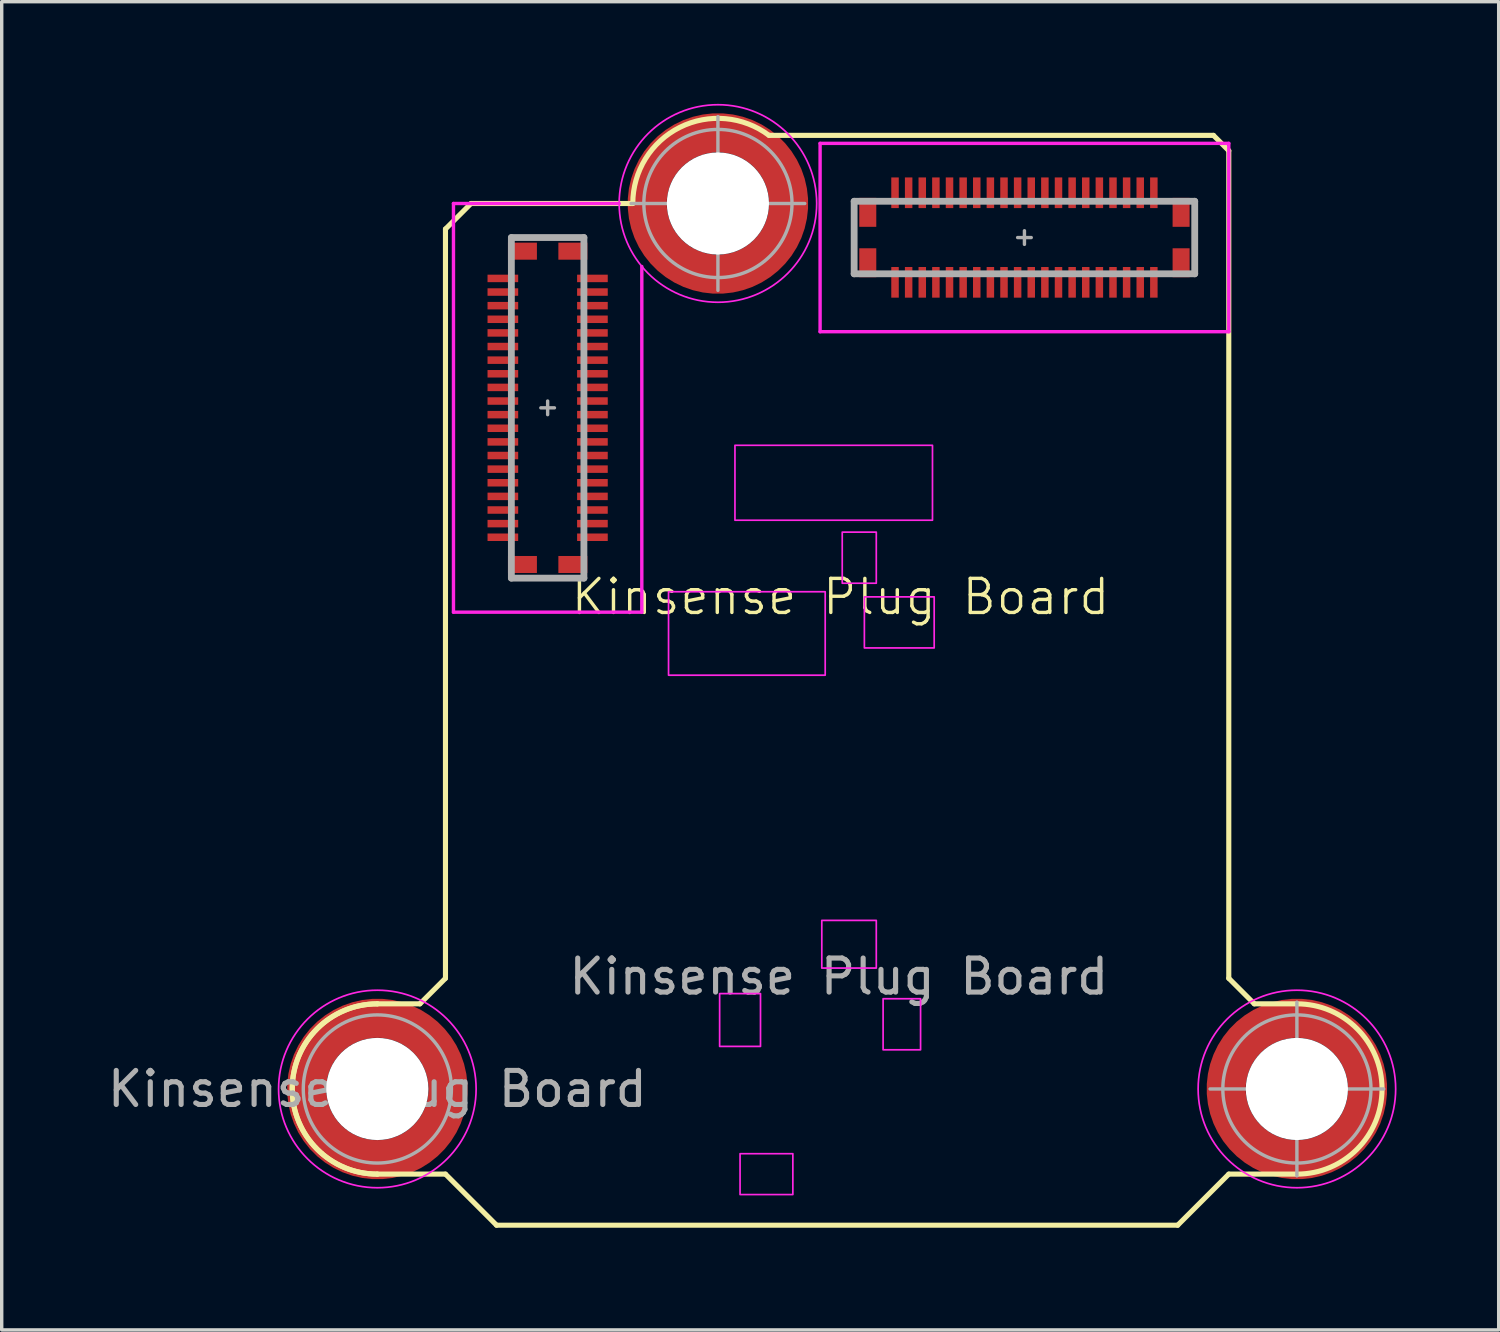
<source format=kicad_pcb>
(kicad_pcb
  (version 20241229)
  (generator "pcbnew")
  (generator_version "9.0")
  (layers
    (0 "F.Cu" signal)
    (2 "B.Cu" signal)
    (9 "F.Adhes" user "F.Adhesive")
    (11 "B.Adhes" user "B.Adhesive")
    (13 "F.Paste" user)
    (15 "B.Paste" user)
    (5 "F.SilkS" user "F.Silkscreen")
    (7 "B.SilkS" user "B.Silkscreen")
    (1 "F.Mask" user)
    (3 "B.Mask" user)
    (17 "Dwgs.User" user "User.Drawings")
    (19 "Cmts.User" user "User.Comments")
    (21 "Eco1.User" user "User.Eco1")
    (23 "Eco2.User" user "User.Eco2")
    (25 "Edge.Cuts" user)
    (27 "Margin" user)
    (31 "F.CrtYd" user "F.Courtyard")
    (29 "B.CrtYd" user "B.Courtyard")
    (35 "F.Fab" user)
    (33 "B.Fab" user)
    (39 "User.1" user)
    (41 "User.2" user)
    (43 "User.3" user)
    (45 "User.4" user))
  (footprint "Kinsense Plug Board"
    (layer "F.Cu")
    (at 13.03 8.925)
    (property "Reference" "Kinsense Plug Board" (at 8.6 5.55 0) (unlocked yes) (layer "F.SilkS") (effects (font (size 1 1) (thickness 0.1))))
    (attr smd)
    (fp_line (start -5 17.5) (end -3.75 17.5) (stroke (width 0.15) (type default)) (layer "F.SilkS"))
    (fp_line (start -5 22.5) (end -3 22.5) (stroke (width 0.15) (type default)) (layer "F.SilkS"))
    (fp_line (start -3.75 17.5) (end -3 16.75) (stroke (width 0.15) (type default)) (layer "F.SilkS"))
    (fp_line (start -3 -5.25) (end -3 16.75) (stroke (width 0.15) (type default)) (layer "F.SilkS"))
    (fp_line (start -3 -5.25) (end -2.25 -6) (stroke (width 0.15) (type default)) (layer "F.SilkS"))
    (fp_line (start -3 22.5) (end -1.5 24) (stroke (width 0.15) (type default)) (layer "F.SilkS"))
    (fp_line (start -1.5 24) (end 18.5 24) (stroke (width 0.15) (type default)) (layer "F.SilkS"))
    (fp_line (start -0.1 -5) (end 0.1 -5) (stroke (width 0.1) (type solid)) (layer "F.SilkS"))
    (fp_line (start -0.1 5) (end 0.1 5) (stroke (width 0.1) (type solid)) (layer "F.SilkS"))
    (fp_line (start 2.5 -6) (end -2.25 -6) (stroke (width 0.15) (type default)) (layer "F.SilkS"))
    (fp_line (start 6.5 -8) (end 19.55 -8) (stroke (width 0.15) (type default)) (layer "F.SilkS"))
    (fp_line (start 9 -4.9) (end 9 -5.1) (stroke (width 0.1) (type solid)) (layer "F.SilkS"))
    (fp_line (start 19 -4.9) (end 19 -5.1) (stroke (width 0.1) (type solid)) (layer "F.SilkS"))
    (fp_line (start 19.55 -8) (end 20 -7.55) (stroke (width 0.15) (type default)) (layer "F.SilkS"))
    (fp_line (start 20 -7.55) (end 20 16.75) (stroke (width 0.15) (type default)) (layer "F.SilkS"))
    (fp_line (start 20 22.5) (end 18.5 24) (stroke (width 0.15) (type default)) (layer "F.SilkS"))
    (fp_line (start 20.75 17.5) (end 20 16.75) (stroke (width 0.15) (type default)) (layer "F.SilkS"))
    (fp_line (start 22 17.5) (end 20.75 17.5) (stroke (width 0.15) (type default)) (layer "F.SilkS"))
    (fp_line (start 22 22.5) (end 20 22.5) (stroke (width 0.15) (type default)) (layer "F.SilkS"))
    (fp_arc (start -5 22.5) (mid -7.5 20) (end -5 17.5) (stroke (width 0.15) (type default)) (layer "F.SilkS"))
    (fp_arc (start -5 22.5) (mid -7.5 20) (end -5 17.5) (stroke (width 0.15) (type default)) (layer "F.SilkS"))
    (fp_arc (start 2.5 -6) (mid 3.881966 -8.236068) (end 6.5 -8) (stroke (width 0.15) (type default)) (layer "F.SilkS"))
    (fp_arc (start 22 17.5) (mid 24.5 20) (end 22 22.5) (stroke (width 0.15) (type default)) (layer "F.SilkS"))
    (fp_line (start -2.765 6) (end -2.765 -6) (stroke (width 0.1) (type solid)) (layer "F.CrtYd"))
    (fp_line (start -2.765 -6) (end 2.1 -6) (stroke (width 0.1) (type solid)) (layer "F.CrtYd"))
    (fp_line (start 2.765 -4.15) (end 2.765 6) (stroke (width 0.1) (type solid)) (layer "F.CrtYd"))
    (fp_line (start 2.765 6) (end -2.765 6) (stroke (width 0.1) (type solid)) (layer "F.CrtYd"))
    (fp_line (start 8 -7.765) (end 20 -7.765) (stroke (width 0.1) (type solid)) (layer "F.CrtYd"))
    (fp_line (start 8 -2.235) (end 8 -7.765) (stroke (width 0.1) (type solid)) (layer "F.CrtYd"))
    (fp_line (start 20 -7.765) (end 20 -2.235) (stroke (width 0.1) (type solid)) (layer "F.CrtYd"))
    (fp_line (start 20 -2.235) (end 8 -2.235) (stroke (width 0.1) (type solid)) (layer "F.CrtYd"))
    (fp_rect (start 3.55 5.4) (end 8.15 7.85) (stroke (width 0.05) (type default)) (fill no) (layer "F.CrtYd"))
    (fp_rect (start 5.05 17.2) (end 6.25 18.75) (stroke (width 0.05) (type default)) (fill no) (layer "F.CrtYd"))
    (fp_rect (start 5.5 1.1) (end 11.3 3.3) (stroke (width 0.05) (type default)) (fill no) (layer "F.CrtYd"))
    (fp_rect (start 5.65 21.9) (end 7.2 23.1) (stroke (width 0.05) (type default)) (fill no) (layer "F.CrtYd"))
    (fp_rect (start 8.05 15.05) (end 9.65 16.45) (stroke (width 0.05) (type default)) (fill no) (layer "F.CrtYd"))
    (fp_rect (start 8.65 3.65) (end 9.65 5.15) (stroke (width 0.05) (type default)) (fill no) (layer "F.CrtYd"))
    (fp_rect (start 9.3 5.55) (end 11.35 7.05) (stroke (width 0.05) (type default)) (fill no) (layer "F.CrtYd"))
    (fp_rect (start 9.85 17.35) (end 10.95 18.85) (stroke (width 0.05) (type default)) (fill no) (layer "F.CrtYd"))
    (fp_circle (center -5 20) (end -2.1 20) (stroke (width 0.05) (type solid)) (fill no) (layer "F.CrtYd"))
    (fp_circle (center 5 -6) (end 7.9 -6) (stroke (width 0.05) (type solid)) (fill no) (layer "F.CrtYd"))
    (fp_circle (center 22 20) (end 24.9 20) (stroke (width 0.05) (type solid)) (fill no) (layer "F.CrtYd"))
    (fp_line (start -1.065 -5) (end 1.065 -5) (stroke (width 0.2) (type solid)) (layer "F.Fab"))
    (fp_line (start -1.065 5) (end -1.065 -5) (stroke (width 0.2) (type solid)) (layer "F.Fab"))
    (fp_line (start -0.2 0) (end 0.2 0) (stroke (width 0.1) (type default)) (layer "F.Fab"))
    (fp_line (start 0 -0.2) (end 0 0.2) (stroke (width 0.1) (type default)) (layer "F.Fab"))
    (fp_line (start 1.065 -5) (end 1.065 5) (stroke (width 0.2) (type solid)) (layer "F.Fab"))
    (fp_line (start 1.065 5) (end -1.065 5) (stroke (width 0.2) (type solid)) (layer "F.Fab"))
    (fp_line (start 5 -8.55) (end 5 -3.45) (stroke (width 0.1) (type default)) (layer "F.Fab"))
    (fp_line (start 7.55 -6) (end 2.45 -6) (stroke (width 0.1) (type default)) (layer "F.Fab"))
    (fp_line (start 9 -6.065) (end 19 -6.065) (stroke (width 0.2) (type solid)) (layer "F.Fab"))
    (fp_line (start 9 -3.935) (end 9 -6.065) (stroke (width 0.2) (type solid)) (layer "F.Fab"))
    (fp_line (start 13.8 -5) (end 14.2 -5) (stroke (width 0.1) (type default)) (layer "F.Fab"))
    (fp_line (start 14 -5.2) (end 14 -4.8) (stroke (width 0.1) (type default)) (layer "F.Fab"))
    (fp_line (start 19 -6.065) (end 19 -3.935) (stroke (width 0.2) (type solid)) (layer "F.Fab"))
    (fp_line (start 19 -3.935) (end 9 -3.935) (stroke (width 0.2) (type solid)) (layer "F.Fab"))
    (fp_line (start 22 17.45) (end 22 22.55) (stroke (width 0.1) (type default)) (layer "F.Fab"))
    (fp_line (start 24.55 20) (end 19.45 20) (stroke (width 0.1) (type default)) (layer "F.Fab"))
    (fp_circle (center -5 20) (end -2.825 20) (stroke (width 0.1) (type solid)) (fill no) (layer "F.Fab"))
    (fp_circle (center 5 -6) (end 7.175 -6) (stroke (width 0.1) (type solid)) (fill no) (layer "F.Fab"))
    (fp_circle (center 22 20) (end 24.175 20) (stroke (width 0.1) (type solid)) (fill no) (layer "F.Fab"))
    (fp_text user "${REFERENCE}" (at 8.55 16.7 0) (unlocked yes) (layer "F.Fab") (effects (font (size 1 1) (thickness 0.15))))
    (fp_text user "${REFERENCE}" (at -5 20 0) (layer "F.Fab") (effects (font (size 1 1) (thickness 0.15))))
    (pad "" smd custom (at -6.453 18.547) (size 0.61 0.61) (layers "F.Paste") (options (anchor circle)) (primitives (gr_arc (start -0.147677 1.053104) (mid 0.285964 0.286792) (end 1.051968 -0.147393) (width 0.2)) (gr_arc (start -0.240295 1.053104) (mid 0.22253 0.222946) (end 1.052531 -0.24016) (width 0.2)) (gr_arc (start -0.332645 1.053104) (mid 0.158548 0.15965) (end 1.051583 -0.332304) (width 0.2)) (gr_arc (start -0.424767 1.053104) (mid 0.09486 0.096059) (end 1.051446 -0.424413) (width 0.2)) (gr_arc (start -0.516693 1.053104) (mid 0.031293 0.032346) (end 1.051645 -0.516396) (width 0.2)) (gr_arc (start -0.608448 1.053104) (mid -0.032323 -0.031316) (end 1.051707 -0.608176) (width 0.2)) (gr_arc (start -0.700056 1.053104) (mid -0.09616 -0.094758) (end 1.051155 -0.699693) (width 0.2)) (gr_arc (start -0.791534 1.053104) (mid -0.160388 -0.15781) (end 1.049515 -0.790891) (width 0.2)) (gr_arc (start -0.882896 1.053104) (mid -0.223713 -0.221764) (end 1.050388 -0.882429) (width 0.2)) (gr_arc (start -0.974157 1.053104) (mid -0.287654 -0.285101) (end 1.049541 -0.973567) (width 0.2)) (gr_line (start 1.053 -0.148) (end 1.053 -0.974) (width 0.2)) (gr_line (start -0.148 1.053) (end -0.974 1.053) (width 0.2))))
    (pad "" smd custom (at -6.453 21.453) (size 0.61 0.61) (layers "F.Paste") (options (anchor circle)) (primitives (gr_arc (start 1.053104 0.147677) (mid 0.286792 -0.285964) (end -0.147393 -1.051968) (width 0.2)) (gr_arc (start 1.053104 0.240295) (mid 0.222946 -0.22253) (end -0.24016 -1.052531) (width 0.2)) (gr_arc (start 1.053104 0.332645) (mid 0.15965 -0.158548) (end -0.332304 -1.051583) (width 0.2)) (gr_arc (start 1.053104 0.424767) (mid 0.096059 -0.09486) (end -0.424413 -1.051446) (width 0.2)) (gr_arc (start 1.053104 0.516693) (mid 0.032346 -0.031293) (end -0.516396 -1.051645) (width 0.2)) (gr_arc (start 1.053104 0.608448) (mid -0.031316 0.032323) (end -0.608176 -1.051707) (width 0.2)) (gr_arc (start 1.053104 0.700056) (mid -0.094758 0.09616) (end -0.699693 -1.051155) (width 0.2)) (gr_arc (start 1.053104 0.791534) (mid -0.15781 0.160388) (end -0.790891 -1.049515) (width 0.2)) (gr_arc (start 1.053104 0.882896) (mid -0.221764 0.223713) (end -0.882429 -1.050388) (width 0.2)) (gr_arc (start 1.053104 0.974157) (mid -0.285101 0.287654) (end -0.973567 -1.049541) (width 0.2)) (gr_line (start -0.148 -1.053) (end -0.974 -1.053) (width 0.2)) (gr_line (start 1.053 0.148) (end 1.053 0.974) (width 0.2))))
    (pad "" np_thru_hole circle (at -5 20) (size 3 3) (drill 3) (layers "*.Cu" "*.Mask"))
    (pad "" smd custom (at -3.547 18.547) (size 0.61 0.61) (layers "F.Paste") (options (anchor circle)) (primitives (gr_arc (start -1.053104 -0.147677) (mid -0.286792 0.285964) (end 0.147393 1.051968) (width 0.2)) (gr_arc (start -1.053104 -0.240295) (mid -0.222946 0.22253) (end 0.24016 1.052531) (width 0.2)) (gr_arc (start -1.053104 -0.332645) (mid -0.15965 0.158548) (end 0.332304 1.051583) (width 0.2)) (gr_arc (start -1.053104 -0.424767) (mid -0.096059 0.09486) (end 0.424413 1.051446) (width 0.2)) (gr_arc (start -1.053104 -0.516693) (mid -0.032346 0.031293) (end 0.516396 1.051645) (width 0.2)) (gr_arc (start -1.053104 -0.608448) (mid 0.031316 -0.032323) (end 0.608176 1.051707) (width 0.2)) (gr_arc (start -1.053104 -0.700056) (mid 0.094758 -0.09616) (end 0.699693 1.051155) (width 0.2)) (gr_arc (start -1.053104 -0.791534) (mid 0.15781 -0.160388) (end 0.790891 1.049515) (width 0.2)) (gr_arc (start -1.053104 -0.882896) (mid 0.221764 -0.223713) (end 0.882429 1.050388) (width 0.2)) (gr_arc (start -1.053104 -0.974157) (mid 0.285101 -0.287654) (end 0.973567 1.049541) (width 0.2)) (gr_line (start 0.148 1.053) (end 0.974 1.053) (width 0.2)) (gr_line (start -1.053 -0.148) (end -1.053 -0.974) (width 0.2))))
    (pad "" smd custom (at -3.547 21.453) (size 0.61 0.61) (layers "F.Paste") (options (anchor circle)) (primitives (gr_arc (start 0.147677 -1.053104) (mid -0.285964 -0.286792) (end -1.051968 0.147393) (width 0.2)) (gr_arc (start 0.240295 -1.053104) (mid -0.22253 -0.222946) (end -1.052531 0.24016) (width 0.2)) (gr_arc (start 0.332645 -1.053104) (mid -0.158548 -0.15965) (end -1.051583 0.332304) (width 0.2)) (gr_arc (start 0.424767 -1.053104) (mid -0.09486 -0.096059) (end -1.051446 0.424413) (width 0.2)) (gr_arc (start 0.516693 -1.053104) (mid -0.031293 -0.032346) (end -1.051645 0.516396) (width 0.2)) (gr_arc (start 0.608448 -1.053104) (mid 0.032323 0.031316) (end -1.051707 0.608176) (width 0.2)) (gr_arc (start 0.700056 -1.053104) (mid 0.09616 0.094758) (end -1.051155 0.699693) (width 0.2)) (gr_arc (start 0.791534 -1.053104) (mid 0.160388 0.15781) (end -1.049515 0.790891) (width 0.2)) (gr_arc (start 0.882896 -1.053104) (mid 0.223713 0.221764) (end -1.050388 0.882429) (width 0.2)) (gr_arc (start 0.974157 -1.053104) (mid 0.287654 0.285101) (end -1.049541 0.973567) (width 0.2)) (gr_line (start -1.053 0.148) (end -1.053 0.974) (width 0.2)) (gr_line (start 0.148 -1.053) (end 0.974 -1.053) (width 0.2))))
    (pad "" smd custom (at 3.547 -7.453) (size 0.61 0.61) (layers "F.Paste") (options (anchor circle)) (primitives (gr_arc (start -0.147677 1.053104) (mid 0.285964 0.286792) (end 1.051968 -0.147393) (width 0.2)) (gr_arc (start -0.240295 1.053104) (mid 0.22253 0.222946) (end 1.052531 -0.24016) (width 0.2)) (gr_arc (start -0.332645 1.053104) (mid 0.158548 0.15965) (end 1.051583 -0.332304) (width 0.2)) (gr_arc (start -0.424767 1.053104) (mid 0.09486 0.096059) (end 1.051446 -0.424413) (width 0.2)) (gr_arc (start -0.516693 1.053104) (mid 0.031293 0.032346) (end 1.051645 -0.516396) (width 0.2)) (gr_arc (start -0.608448 1.053104) (mid -0.032323 -0.031316) (end 1.051707 -0.608176) (width 0.2)) (gr_arc (start -0.700056 1.053104) (mid -0.09616 -0.094758) (end 1.051155 -0.699693) (width 0.2)) (gr_arc (start -0.791534 1.053104) (mid -0.160388 -0.15781) (end 1.049515 -0.790891) (width 0.2)) (gr_arc (start -0.882896 1.053104) (mid -0.223713 -0.221764) (end 1.050388 -0.882429) (width 0.2)) (gr_arc (start -0.974157 1.053104) (mid -0.287654 -0.285101) (end 1.049541 -0.973567) (width 0.2)) (gr_line (start 1.053 -0.148) (end 1.053 -0.974) (width 0.2)) (gr_line (start -0.148 1.053) (end -0.974 1.053) (width 0.2))))
    (pad "" smd custom (at 3.547 -4.547) (size 0.61 0.61) (layers "F.Paste") (options (anchor circle)) (primitives (gr_arc (start 1.053104 0.147677) (mid 0.286792 -0.285964) (end -0.147393 -1.051968) (width 0.2)) (gr_arc (start 1.053104 0.240295) (mid 0.222946 -0.22253) (end -0.24016 -1.052531) (width 0.2)) (gr_arc (start 1.053104 0.332645) (mid 0.15965 -0.158548) (end -0.332304 -1.051583) (width 0.2)) (gr_arc (start 1.053104 0.424767) (mid 0.096059 -0.09486) (end -0.424413 -1.051446) (width 0.2)) (gr_arc (start 1.053104 0.516693) (mid 0.032346 -0.031293) (end -0.516396 -1.051645) (width 0.2)) (gr_arc (start 1.053104 0.608448) (mid -0.031316 0.032323) (end -0.608176 -1.051707) (width 0.2)) (gr_arc (start 1.053104 0.700056) (mid -0.094758 0.09616) (end -0.699693 -1.051155) (width 0.2)) (gr_arc (start 1.053104 0.791534) (mid -0.15781 0.160388) (end -0.790891 -1.049515) (width 0.2)) (gr_arc (start 1.053104 0.882896) (mid -0.221764 0.223713) (end -0.882429 -1.050388) (width 0.2)) (gr_arc (start 1.053104 0.974157) (mid -0.285101 0.287654) (end -0.973567 -1.049541) (width 0.2)) (gr_line (start -0.148 -1.053) (end -0.974 -1.053) (width 0.2)) (gr_line (start 1.053 0.148) (end 1.053 0.974) (width 0.2))))
    (pad "" np_thru_hole circle (at 5 -6) (size 3 3) (drill 3) (layers "*.Cu" "*.Mask"))
    (pad "" smd custom (at 6.453 -7.453) (size 0.61 0.61) (layers "F.Paste") (options (anchor circle)) (primitives (gr_arc (start -1.053104 -0.147677) (mid -0.286792 0.285964) (end 0.147393 1.051968) (width 0.2)) (gr_arc (start -1.053104 -0.240295) (mid -0.222946 0.22253) (end 0.24016 1.052531) (width 0.2)) (gr_arc (start -1.053104 -0.332645) (mid -0.15965 0.158548) (end 0.332304 1.051583) (width 0.2)) (gr_arc (start -1.053104 -0.424767) (mid -0.096059 0.09486) (end 0.424413 1.051446) (width 0.2)) (gr_arc (start -1.053104 -0.516693) (mid -0.032346 0.031293) (end 0.516396 1.051645) (width 0.2)) (gr_arc (start -1.053104 -0.608448) (mid 0.031316 -0.032323) (end 0.608176 1.051707) (width 0.2)) (gr_arc (start -1.053104 -0.700056) (mid 0.094758 -0.09616) (end 0.699693 1.051155) (width 0.2)) (gr_arc (start -1.053104 -0.791534) (mid 0.15781 -0.160388) (end 0.790891 1.049515) (width 0.2)) (gr_arc (start -1.053104 -0.882896) (mid 0.221764 -0.223713) (end 0.882429 1.050388) (width 0.2)) (gr_arc (start -1.053104 -0.974157) (mid 0.285101 -0.287654) (end 0.973567 1.049541) (width 0.2)) (gr_line (start 0.148 1.053) (end 0.974 1.053) (width 0.2)) (gr_line (start -1.053 -0.148) (end -1.053 -0.974) (width 0.2))))
    (pad "" smd custom (at 6.453 -4.547) (size 0.61 0.61) (layers "F.Paste") (options (anchor circle)) (primitives (gr_arc (start 0.147677 -1.053104) (mid -0.285964 -0.286792) (end -1.051968 0.147393) (width 0.2)) (gr_arc (start 0.240295 -1.053104) (mid -0.22253 -0.222946) (end -1.052531 0.24016) (width 0.2)) (gr_arc (start 0.332645 -1.053104) (mid -0.158548 -0.15965) (end -1.051583 0.332304) (width 0.2)) (gr_arc (start 0.424767 -1.053104) (mid -0.09486 -0.096059) (end -1.051446 0.424413) (width 0.2)) (gr_arc (start 0.516693 -1.053104) (mid -0.031293 -0.032346) (end -1.051645 0.516396) (width 0.2)) (gr_arc (start 0.608448 -1.053104) (mid 0.032323 0.031316) (end -1.051707 0.608176) (width 0.2)) (gr_arc (start 0.700056 -1.053104) (mid 0.09616 0.094758) (end -1.051155 0.699693) (width 0.2)) (gr_arc (start 0.791534 -1.053104) (mid 0.160388 0.15781) (end -1.049515 0.790891) (width 0.2)) (gr_arc (start 0.882896 -1.053104) (mid 0.223713 0.221764) (end -1.050388 0.882429) (width 0.2)) (gr_arc (start 0.974157 -1.053104) (mid 0.287654 0.285101) (end -1.049541 0.973567) (width 0.2)) (gr_line (start -1.053 0.148) (end -1.053 0.974) (width 0.2)) (gr_line (start 0.148 -1.053) (end 0.974 -1.053) (width 0.2))))
    (pad "" smd custom (at 20.547 18.547) (size 0.61 0.61) (layers "F.Paste") (options (anchor circle)) (primitives (gr_arc (start -0.147677 1.053104) (mid 0.285964 0.286792) (end 1.051968 -0.147393) (width 0.2)) (gr_arc (start -0.240295 1.053104) (mid 0.22253 0.222946) (end 1.052531 -0.24016) (width 0.2)) (gr_arc (start -0.332645 1.053104) (mid 0.158548 0.15965) (end 1.051583 -0.332304) (width 0.2)) (gr_arc (start -0.424767 1.053104) (mid 0.09486 0.096059) (end 1.051446 -0.424413) (width 0.2)) (gr_arc (start -0.516693 1.053104) (mid 0.031293 0.032346) (end 1.051645 -0.516396) (width 0.2)) (gr_arc (start -0.608448 1.053104) (mid -0.032323 -0.031316) (end 1.051707 -0.608176) (width 0.2)) (gr_arc (start -0.700056 1.053104) (mid -0.09616 -0.094758) (end 1.051155 -0.699693) (width 0.2)) (gr_arc (start -0.791534 1.053104) (mid -0.160388 -0.15781) (end 1.049515 -0.790891) (width 0.2)) (gr_arc (start -0.882896 1.053104) (mid -0.223713 -0.221764) (end 1.050388 -0.882429) (width 0.2)) (gr_arc (start -0.974157 1.053104) (mid -0.287654 -0.285101) (end 1.049541 -0.973567) (width 0.2)) (gr_line (start 1.053 -0.148) (end 1.053 -0.974) (width 0.2)) (gr_line (start -0.148 1.053) (end -0.974 1.053) (width 0.2))))
    (pad "" smd custom (at 20.547 21.453) (size 0.61 0.61) (layers "F.Paste") (options (anchor circle)) (primitives (gr_arc (start 1.053104 0.147677) (mid 0.286792 -0.285964) (end -0.147393 -1.051968) (width 0.2)) (gr_arc (start 1.053104 0.240295) (mid 0.222946 -0.22253) (end -0.24016 -1.052531) (width 0.2)) (gr_arc (start 1.053104 0.332645) (mid 0.15965 -0.158548) (end -0.332304 -1.051583) (width 0.2)) (gr_arc (start 1.053104 0.424767) (mid 0.096059 -0.09486) (end -0.424413 -1.051446) (width 0.2)) (gr_arc (start 1.053104 0.516693) (mid 0.032346 -0.031293) (end -0.516396 -1.051645) (width 0.2)) (gr_arc (start 1.053104 0.608448) (mid -0.031316 0.032323) (end -0.608176 -1.051707) (width 0.2)) (gr_arc (start 1.053104 0.700056) (mid -0.094758 0.09616) (end -0.699693 -1.051155) (width 0.2)) (gr_arc (start 1.053104 0.791534) (mid -0.15781 0.160388) (end -0.790891 -1.049515) (width 0.2)) (gr_arc (start 1.053104 0.882896) (mid -0.221764 0.223713) (end -0.882429 -1.050388) (width 0.2)) (gr_arc (start 1.053104 0.974157) (mid -0.285101 0.287654) (end -0.973567 -1.049541) (width 0.2)) (gr_line (start -0.148 -1.053) (end -0.974 -1.053) (width 0.2)) (gr_line (start 1.053 0.148) (end 1.053 0.974) (width 0.2))))
    (pad "" np_thru_hole circle (at 22 20) (size 3 3) (drill 3) (layers "*.Cu" "*.Mask"))
    (pad "" smd custom (at 23.453 18.547) (size 0.61 0.61) (layers "F.Paste") (options (anchor circle)) (primitives (gr_arc (start -1.053104 -0.147677) (mid -0.286792 0.285964) (end 0.147393 1.051968) (width 0.2)) (gr_arc (start -1.053104 -0.240295) (mid -0.222946 0.22253) (end 0.24016 1.052531) (width 0.2)) (gr_arc (start -1.053104 -0.332645) (mid -0.15965 0.158548) (end 0.332304 1.051583) (width 0.2)) (gr_arc (start -1.053104 -0.424767) (mid -0.096059 0.09486) (end 0.424413 1.051446) (width 0.2)) (gr_arc (start -1.053104 -0.516693) (mid -0.032346 0.031293) (end 0.516396 1.051645) (width 0.2)) (gr_arc (start -1.053104 -0.608448) (mid 0.031316 -0.032323) (end 0.608176 1.051707) (width 0.2)) (gr_arc (start -1.053104 -0.700056) (mid 0.094758 -0.09616) (end 0.699693 1.051155) (width 0.2)) (gr_arc (start -1.053104 -0.791534) (mid 0.15781 -0.160388) (end 0.790891 1.049515) (width 0.2)) (gr_arc (start -1.053104 -0.882896) (mid 0.221764 -0.223713) (end 0.882429 1.050388) (width 0.2)) (gr_arc (start -1.053104 -0.974157) (mid 0.285101 -0.287654) (end 0.973567 1.049541) (width 0.2)) (gr_line (start 0.148 1.053) (end 0.974 1.053) (width 0.2)) (gr_line (start -1.053 -0.148) (end -1.053 -0.974) (width 0.2))))
    (pad "" smd custom (at 23.453 21.453) (size 0.61 0.61) (layers "F.Paste") (options (anchor circle)) (primitives (gr_arc (start 0.147677 -1.053104) (mid -0.285964 -0.286792) (end -1.051968 0.147393) (width 0.2)) (gr_arc (start 0.240295 -1.053104) (mid -0.22253 -0.222946) (end -1.052531 0.24016) (width 0.2)) (gr_arc (start 0.332645 -1.053104) (mid -0.158548 -0.15965) (end -1.051583 0.332304) (width 0.2)) (gr_arc (start 0.424767 -1.053104) (mid -0.09486 -0.096059) (end -1.051446 0.424413) (width 0.2)) (gr_arc (start 0.516693 -1.053104) (mid -0.031293 -0.032346) (end -1.051645 0.516396) (width 0.2)) (gr_arc (start 0.608448 -1.053104) (mid 0.032323 0.031316) (end -1.051707 0.608176) (width 0.2)) (gr_arc (start 0.700056 -1.053104) (mid 0.09616 0.094758) (end -1.051155 0.699693) (width 0.2)) (gr_arc (start 0.791534 -1.053104) (mid 0.160388 0.15781) (end -1.049515 0.790891) (width 0.2)) (gr_arc (start 0.882896 -1.053104) (mid 0.223713 0.221764) (end -1.050388 0.882429) (width 0.2)) (gr_arc (start 0.974157 -1.053104) (mid 0.287654 0.285101) (end -1.049541 0.973567) (width 0.2)) (gr_line (start -1.053 0.148) (end -1.053 0.974) (width 0.2)) (gr_line (start 0.148 -1.053) (end 0.974 -1.053) (width 0.2))))
    (pad "1" smd rect (at -1.315 -3.8 270) (size 0.22 0.9) (layers "F.Cu" "F.Mask" "F.Paste"))
    (pad "2" smd rect (at 1.315 -3.8 270) (size 0.22 0.9) (layers "F.Cu" "F.Mask" "F.Paste"))
    (pad "3" smd rect (at -1.315 -3.4 270) (size 0.22 0.9) (layers "F.Cu" "F.Mask" "F.Paste"))
    (pad "4" smd rect (at 1.315 -3.4 270) (size 0.22 0.9) (layers "F.Cu" "F.Mask" "F.Paste"))
    (pad "5" smd rect (at -1.315 -3 270) (size 0.22 0.9) (layers "F.Cu" "F.Mask" "F.Paste"))
    (pad "6" smd rect (at 1.315 -3 270) (size 0.22 0.9) (layers "F.Cu" "F.Mask" "F.Paste"))
    (pad "7" smd rect (at -1.315 -2.6 270) (size 0.22 0.9) (layers "F.Cu" "F.Mask" "F.Paste"))
    (pad "8" smd rect (at 1.315 -2.6 270) (size 0.22 0.9) (layers "F.Cu" "F.Mask" "F.Paste"))
    (pad "9" smd rect (at -1.315 -2.2 270) (size 0.22 0.9) (layers "F.Cu" "F.Mask" "F.Paste"))
    (pad "10" smd rect (at 1.315 -2.2 270) (size 0.22 0.9) (layers "F.Cu" "F.Mask" "F.Paste"))
    (pad "11" smd rect (at -1.315 -1.8 270) (size 0.22 0.9) (layers "F.Cu" "F.Mask" "F.Paste"))
    (pad "12" smd rect (at 1.315 -1.8 270) (size 0.22 0.9) (layers "F.Cu" "F.Mask" "F.Paste"))
    (pad "13" smd rect (at -1.315 -1.4 270) (size 0.22 0.9) (layers "F.Cu" "F.Mask" "F.Paste"))
    (pad "14" smd rect (at 1.315 -1.4 270) (size 0.22 0.9) (layers "F.Cu" "F.Mask" "F.Paste"))
    (pad "15" smd rect (at -1.315 -1 270) (size 0.22 0.9) (layers "F.Cu" "F.Mask" "F.Paste"))
    (pad "16" smd rect (at 1.315 -1 270) (size 0.22 0.9) (layers "F.Cu" "F.Mask" "F.Paste"))
    (pad "17" smd rect (at -1.315 -0.6 270) (size 0.22 0.9) (layers "F.Cu" "F.Mask" "F.Paste"))
    (pad "18" smd rect (at 1.315 -0.6 270) (size 0.22 0.9) (layers "F.Cu" "F.Mask" "F.Paste"))
    (pad "19" smd rect (at -1.315 -0.2 270) (size 0.22 0.9) (layers "F.Cu" "F.Mask" "F.Paste"))
    (pad "20" smd rect (at 1.315 -0.2 270) (size 0.22 0.9) (layers "F.Cu" "F.Mask" "F.Paste"))
    (pad "21" smd rect (at -1.315 0.2 270) (size 0.22 0.9) (layers "F.Cu" "F.Mask" "F.Paste"))
    (pad "22" smd rect (at 1.315 0.2 270) (size 0.22 0.9) (layers "F.Cu" "F.Mask" "F.Paste"))
    (pad "23" smd rect (at -1.315 0.6 270) (size 0.22 0.9) (layers "F.Cu" "F.Mask" "F.Paste"))
    (pad "24" smd rect (at 1.315 0.6 270) (size 0.22 0.9) (layers "F.Cu" "F.Mask" "F.Paste"))
    (pad "25" smd rect (at -1.315 1 270) (size 0.22 0.9) (layers "F.Cu" "F.Mask" "F.Paste"))
    (pad "26" smd rect (at 1.315 1 270) (size 0.22 0.9) (layers "F.Cu" "F.Mask" "F.Paste"))
    (pad "27" smd rect (at -1.315 1.4 270) (size 0.22 0.9) (layers "F.Cu" "F.Mask" "F.Paste"))
    (pad "28" smd rect (at 1.315 1.4 270) (size 0.22 0.9) (layers "F.Cu" "F.Mask" "F.Paste"))
    (pad "29" smd rect (at -1.315 1.8 270) (size 0.22 0.9) (layers "F.Cu" "F.Mask" "F.Paste"))
    (pad "30" smd rect (at 1.315 1.8 270) (size 0.22 0.9) (layers "F.Cu" "F.Mask" "F.Paste"))
    (pad "31" smd rect (at -1.315 2.2 270) (size 0.22 0.9) (layers "F.Cu" "F.Mask" "F.Paste"))
    (pad "32" smd rect (at 1.315 2.2 270) (size 0.22 0.9) (layers "F.Cu" "F.Mask" "F.Paste"))
    (pad "33" smd rect (at -1.315 2.6 270) (size 0.22 0.9) (layers "F.Cu" "F.Mask" "F.Paste"))
    (pad "34" smd rect (at 1.315 2.6 270) (size 0.22 0.9) (layers "F.Cu" "F.Mask" "F.Paste"))
    (pad "35" smd rect (at -1.315 3 270) (size 0.22 0.9) (layers "F.Cu" "F.Mask" "F.Paste"))
    (pad "36" smd rect (at 1.315 3 270) (size 0.22 0.9) (layers "F.Cu" "F.Mask" "F.Paste"))
    (pad "37" smd rect (at -1.315 3.4 270) (size 0.22 0.9) (layers "F.Cu" "F.Mask" "F.Paste"))
    (pad "38" smd rect (at 1.315 3.4 270) (size 0.22 0.9) (layers "F.Cu" "F.Mask" "F.Paste"))
    (pad "39" smd rect (at -1.315 3.8 270) (size 0.22 0.9) (layers "F.Cu" "F.Mask" "F.Paste"))
    (pad "40" smd rect (at 1.315 3.8 270) (size 0.22 0.9) (layers "F.Cu" "F.Mask" "F.Paste"))
    (pad "41" smd rect (at 10.2 -3.685) (size 0.22 0.9) (layers "F.Cu" "F.Mask" "F.Paste"))
    (pad "42" smd rect (at 10.2 -6.315) (size 0.22 0.9) (layers "F.Cu" "F.Mask" "F.Paste"))
    (pad "43" smd rect (at 10.6 -3.685) (size 0.22 0.9) (layers "F.Cu" "F.Mask" "F.Paste"))
    (pad "44" smd rect (at 10.6 -6.315) (size 0.22 0.9) (layers "F.Cu" "F.Mask" "F.Paste"))
    (pad "45" smd rect (at 11 -3.685) (size 0.22 0.9) (layers "F.Cu" "F.Mask" "F.Paste"))
    (pad "46" smd rect (at 11 -6.315) (size 0.22 0.9) (layers "F.Cu" "F.Mask" "F.Paste"))
    (pad "47" smd rect (at 11.4 -3.685) (size 0.22 0.9) (layers "F.Cu" "F.Mask" "F.Paste"))
    (pad "48" smd rect (at 11.4 -6.315) (size 0.22 0.9) (layers "F.Cu" "F.Mask" "F.Paste"))
    (pad "49" smd rect (at 11.8 -3.685) (size 0.22 0.9) (layers "F.Cu" "F.Mask" "F.Paste"))
    (pad "50" smd rect (at 11.8 -6.315) (size 0.22 0.9) (layers "F.Cu" "F.Mask" "F.Paste"))
    (pad "51" smd rect (at 12.2 -3.685) (size 0.22 0.9) (layers "F.Cu" "F.Mask" "F.Paste"))
    (pad "52" smd rect (at 12.2 -6.315) (size 0.22 0.9) (layers "F.Cu" "F.Mask" "F.Paste"))
    (pad "53" smd rect (at 12.6 -3.685) (size 0.22 0.9) (layers "F.Cu" "F.Mask" "F.Paste"))
    (pad "54" smd rect (at 12.6 -6.315) (size 0.22 0.9) (layers "F.Cu" "F.Mask" "F.Paste"))
    (pad "55" smd rect (at 13 -3.685) (size 0.22 0.9) (layers "F.Cu" "F.Mask" "F.Paste"))
    (pad "56" smd rect (at 13 -6.315) (size 0.22 0.9) (layers "F.Cu" "F.Mask" "F.Paste"))
    (pad "57" smd rect (at 13.4 -3.685) (size 0.22 0.9) (layers "F.Cu" "F.Mask" "F.Paste"))
    (pad "58" smd rect (at 13.4 -6.315) (size 0.22 0.9) (layers "F.Cu" "F.Mask" "F.Paste"))
    (pad "59" smd rect (at 13.8 -3.685) (size 0.22 0.9) (layers "F.Cu" "F.Mask" "F.Paste"))
    (pad "60" smd rect (at 13.8 -6.315) (size 0.22 0.9) (layers "F.Cu" "F.Mask" "F.Paste"))
    (pad "61" smd rect (at 14.2 -3.685) (size 0.22 0.9) (layers "F.Cu" "F.Mask" "F.Paste"))
    (pad "62" smd rect (at 14.2 -6.315) (size 0.22 0.9) (layers "F.Cu" "F.Mask" "F.Paste"))
    (pad "63" smd rect (at 14.6 -3.685) (size 0.22 0.9) (layers "F.Cu" "F.Mask" "F.Paste"))
    (pad "64" smd rect (at 14.6 -6.315) (size 0.22 0.9) (layers "F.Cu" "F.Mask" "F.Paste"))
    (pad "65" smd rect (at 15 -3.685) (size 0.22 0.9) (layers "F.Cu" "F.Mask" "F.Paste"))
    (pad "66" smd rect (at 15 -6.315) (size 0.22 0.9) (layers "F.Cu" "F.Mask" "F.Paste"))
    (pad "67" smd rect (at 15.4 -3.685) (size 0.22 0.9) (layers "F.Cu" "F.Mask" "F.Paste"))
    (pad "68" smd rect (at 15.4 -6.315) (size 0.22 0.9) (layers "F.Cu" "F.Mask" "F.Paste"))
    (pad "69" smd rect (at 15.8 -3.685) (size 0.22 0.9) (layers "F.Cu" "F.Mask" "F.Paste"))
    (pad "70" smd rect (at 15.8 -6.315) (size 0.22 0.9) (layers "F.Cu" "F.Mask" "F.Paste"))
    (pad "71" smd rect (at 16.2 -3.685) (size 0.22 0.9) (layers "F.Cu" "F.Mask" "F.Paste"))
    (pad "72" smd rect (at 16.2 -6.315) (size 0.22 0.9) (layers "F.Cu" "F.Mask" "F.Paste"))
    (pad "73" smd rect (at 16.6 -3.685) (size 0.22 0.9) (layers "F.Cu" "F.Mask" "F.Paste"))
    (pad "74" smd rect (at 16.6 -6.315) (size 0.22 0.9) (layers "F.Cu" "F.Mask" "F.Paste"))
    (pad "75" smd rect (at 17 -3.685) (size 0.22 0.9) (layers "F.Cu" "F.Mask" "F.Paste"))
    (pad "76" smd rect (at 17 -6.315) (size 0.22 0.9) (layers "F.Cu" "F.Mask" "F.Paste"))
    (pad "77" smd rect (at 17.4 -3.685) (size 0.22 0.9) (layers "F.Cu" "F.Mask" "F.Paste"))
    (pad "78" smd rect (at 17.4 -6.315) (size 0.22 0.9) (layers "F.Cu" "F.Mask" "F.Paste"))
    (pad "79" smd rect (at 17.8 -3.685) (size 0.22 0.9) (layers "F.Cu" "F.Mask" "F.Paste"))
    (pad "80" smd rect (at 17.8 -6.315) (size 0.22 0.9) (layers "F.Cu" "F.Mask" "F.Paste"))
    (pad "MH1" smd circle (at 2.925 -6) (size 0.75 0.75) (layers "F.Cu"))
    (pad "MH1" smd circle (at 5 -8.075) (size 0.75 0.75) (layers "F.Cu"))
    (pad "MH1" smd circle (at 5 -3.925) (size 0.75 0.75) (layers "F.Cu"))
    (pad "MH1" smd custom (at 7.075 -6) (size 0.75 0.75) (layers "F.Cu" "F.Mask") (options (anchor circle)) (primitives (gr_circle (center -2.075 0) (end 0 0) (width 1.15) (fill no))))
    (pad "MH2" smd circle (at -7.075 20) (size 0.75 0.75) (layers "F.Cu"))
    (pad "MH2" smd circle (at -5 17.925) (size 0.75 0.75) (layers "F.Cu"))
    (pad "MH2" smd circle (at -5 22.075) (size 0.75 0.75) (layers "F.Cu"))
    (pad "MH2" smd custom (at -2.925 20) (size 0.75 0.75) (layers "F.Cu" "F.Mask") (options (anchor circle)) (primitives (gr_circle (center -2.075 0) (end 0 0) (width 1.15) (fill no))))
    (pad "MH3" smd circle (at 19.925 20) (size 0.75 0.75) (layers "F.Cu"))
    (pad "MH3" smd circle (at 22 17.925) (size 0.75 0.75) (layers "F.Cu"))
    (pad "MH3" smd circle (at 22 22.075) (size 0.75 0.75) (layers "F.Cu"))
    (pad "MH3" smd custom (at 24.075 20) (size 0.75 0.75) (layers "F.Cu" "F.Mask") (options (anchor circle)) (primitives (gr_circle (center -2.075 0) (end 0 0) (width 1.15) (fill no))))
    (pad "MP1" smd rect (at -0.74 -4.6 270) (size 0.5 0.85) (layers "F.Cu" "F.Mask" "F.Paste"))
    (pad "MP2" smd rect (at -0.74 4.6 270) (size 0.5 0.85) (layers "F.Cu" "F.Mask" "F.Paste"))
    (pad "MP3" smd rect (at 0.74 4.6 270) (size 0.5 0.85) (layers "F.Cu" "F.Mask" "F.Paste"))
    (pad "MP4" smd rect (at 0.74 -4.6 270) (size 0.5 0.85) (layers "F.Cu" "F.Mask" "F.Paste"))
    (pad "MP5" smd rect (at 9.4 -4.26) (size 0.5 0.85) (layers "F.Cu" "F.Mask" "F.Paste"))
    (pad "MP6" smd rect (at 18.6 -4.26) (size 0.5 0.85) (layers "F.Cu" "F.Mask" "F.Paste"))
    (pad "MP7" smd rect (at 18.6 -5.74) (size 0.5 0.85) (layers "F.Cu" "F.Mask" "F.Paste"))
    (pad "MP8" smd rect (at 9.4 -5.74) (size 0.5 0.85) (layers "F.Cu" "F.Mask" "F.Paste")))
  (gr_rect
    (start -3 -3)
    (end 40.955 36)
    (stroke (width 0.1) (type default))
    (fill no)
    (layer "Edge.Cuts")))
</source>
